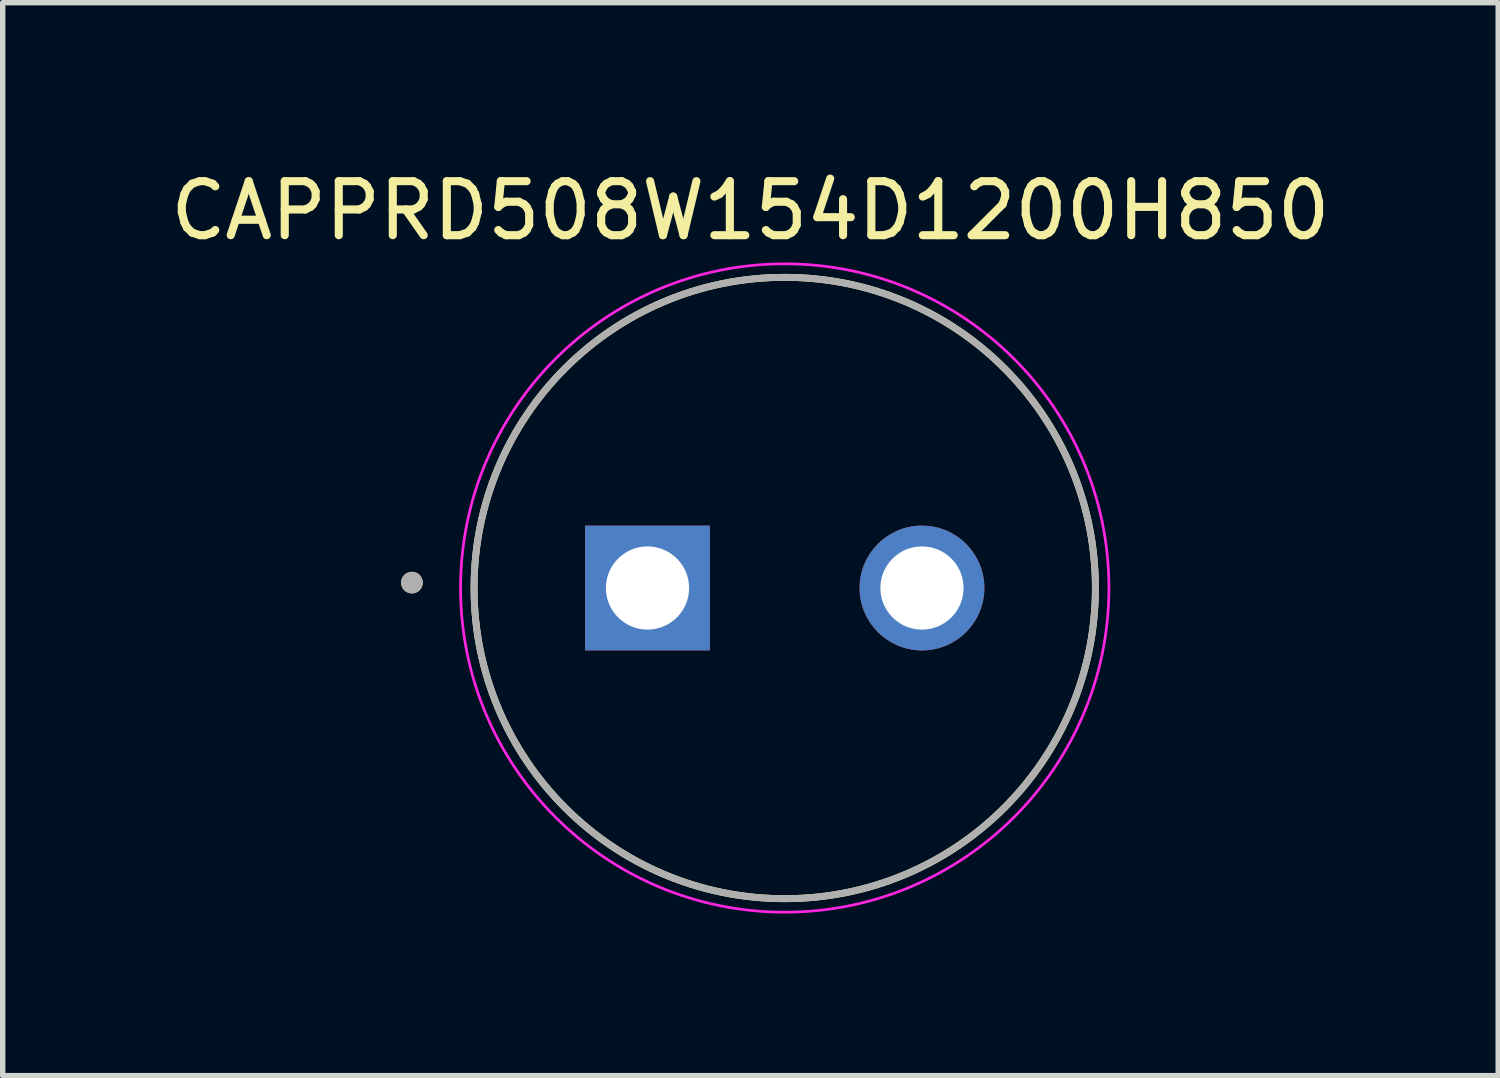
<source format=kicad_pcb>
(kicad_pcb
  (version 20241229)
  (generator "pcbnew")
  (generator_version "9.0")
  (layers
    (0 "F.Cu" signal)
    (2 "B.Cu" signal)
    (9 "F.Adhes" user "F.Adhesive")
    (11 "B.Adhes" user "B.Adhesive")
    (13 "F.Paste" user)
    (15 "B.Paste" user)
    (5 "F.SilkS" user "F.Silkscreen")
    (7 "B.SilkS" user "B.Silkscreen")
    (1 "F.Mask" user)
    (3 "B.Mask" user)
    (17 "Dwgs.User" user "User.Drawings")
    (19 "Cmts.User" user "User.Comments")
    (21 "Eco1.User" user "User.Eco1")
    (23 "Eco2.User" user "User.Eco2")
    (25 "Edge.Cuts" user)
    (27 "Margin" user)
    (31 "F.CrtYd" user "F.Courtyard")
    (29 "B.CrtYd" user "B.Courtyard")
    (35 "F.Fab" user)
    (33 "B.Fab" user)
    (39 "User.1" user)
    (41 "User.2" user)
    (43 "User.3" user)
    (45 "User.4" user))
  (footprint "CAPPRD508W154D1200H850"
    (layer "F.Cu")
    (at 11.474 7.833)
    (property "Reference" "CAPPRD508W154D1200H850" (at -0.635 -6.985 0) (layer "F.SilkS") (effects (font (size 1 1) (thickness 0.15))))
    (attr through_hole)
    (fp_circle (center -6.9 -0.1) (end -6.8 -0.1) (stroke (width 0.2) (type solid)) (fill no) (layer "F.SilkS"))
    (fp_circle (center 0 0) (end 5.75 0) (stroke (width 0.127) (type solid)) (fill no) (layer "F.SilkS"))
    (fp_circle (center 0 0) (end 6 0) (stroke (width 0.05) (type solid)) (fill no) (layer "F.CrtYd"))
    (fp_circle (center -6.9 -0.1) (end -6.8 -0.1) (stroke (width 0.2) (type solid)) (fill no) (layer "F.Fab"))
    (fp_circle (center 0 0) (end 5.75 0) (stroke (width 0.127) (type solid)) (fill no) (layer "F.Fab"))
    (pad "1" thru_hole rect (at -2.54 0) (size 2.31 2.31) (drill 1.54) (layers "*.Cu" "*.Mask"))
    (pad "2" thru_hole circle (at 2.54 0) (size 2.31 2.31) (drill 1.54) (layers "*.Cu" "*.Mask")))
  (gr_rect
    (start -3 -3)
    (end 24.679 16.858)
    (stroke (width 0.1) (type default))
    (fill no)
    (layer "Edge.Cuts")))
</source>
